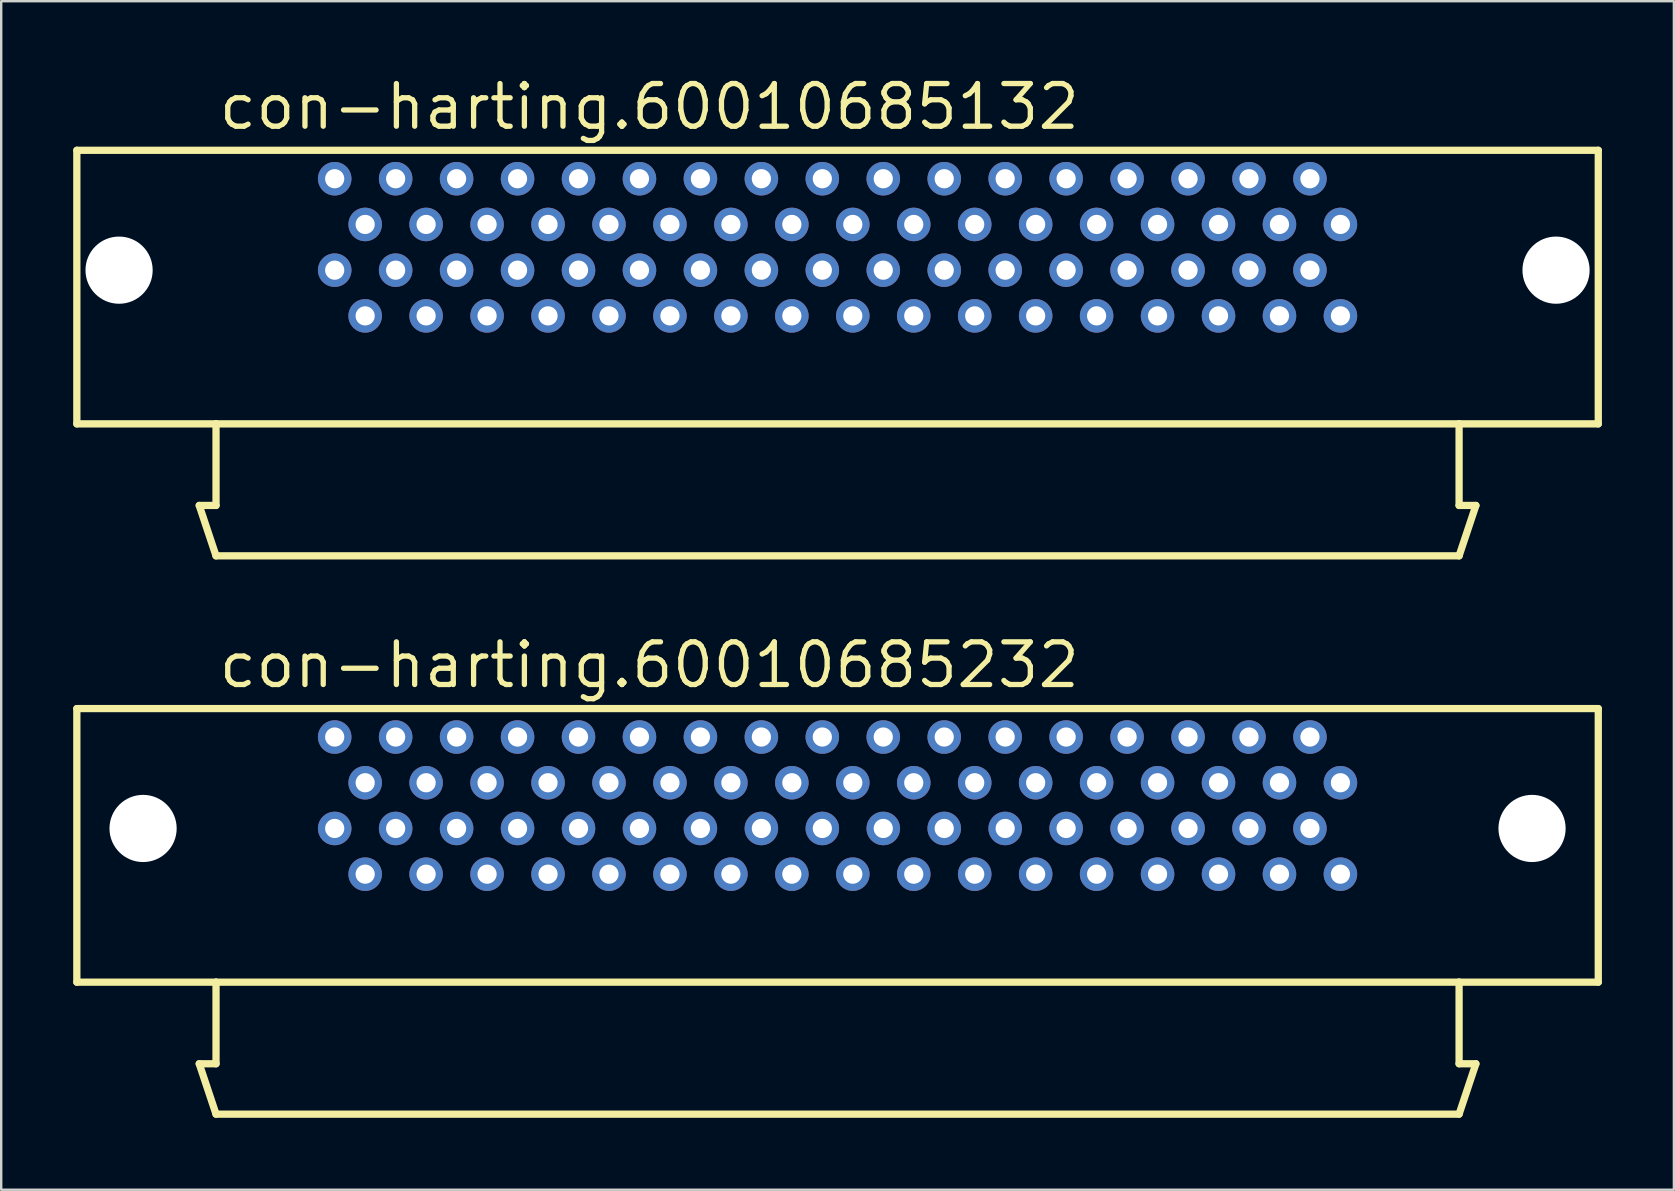
<source format=kicad_pcb>
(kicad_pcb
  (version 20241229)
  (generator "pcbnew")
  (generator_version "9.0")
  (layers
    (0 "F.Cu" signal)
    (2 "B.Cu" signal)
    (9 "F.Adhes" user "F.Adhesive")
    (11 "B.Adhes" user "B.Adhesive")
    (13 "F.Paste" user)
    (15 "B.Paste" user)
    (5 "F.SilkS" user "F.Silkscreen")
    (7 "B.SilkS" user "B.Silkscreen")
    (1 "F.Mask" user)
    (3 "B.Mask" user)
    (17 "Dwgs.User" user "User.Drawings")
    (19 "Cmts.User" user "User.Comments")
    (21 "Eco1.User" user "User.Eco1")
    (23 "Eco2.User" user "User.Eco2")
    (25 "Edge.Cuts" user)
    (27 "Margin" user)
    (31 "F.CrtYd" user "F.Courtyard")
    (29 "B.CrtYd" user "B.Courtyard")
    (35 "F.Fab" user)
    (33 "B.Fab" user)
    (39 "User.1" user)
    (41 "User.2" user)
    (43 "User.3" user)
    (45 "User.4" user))
  (footprint "con-harting.60010685232"
    (layer "F.Cu")
    (at 31.852 33.378)
    (property "Reference" "con-harting.60010685232" (at -25.895 -7.675 0) (layer "F.SilkS") (effects (font (size 1.778 1.778) (thickness 0.22)) (justify left bottom)))
    (attr through_hole)
    (fp_line (start -31.7 -6.9) (end 31.7 -6.9) (stroke (width 0.303) (type default)) (layer "F.SilkS"))
    (fp_line (start -31.7 4.5) (end -31.7 -6.9) (stroke (width 0.303) (type default)) (layer "F.SilkS"))
    (fp_line (start -26.6 7.9) (end -25.9 10) (stroke (width 0.303) (type default)) (layer "F.SilkS"))
    (fp_line (start -25.9 4.5) (end -31.7 4.5) (stroke (width 0.303) (type default)) (layer "F.SilkS"))
    (fp_line (start -25.9 4.5) (end -25.9 7.9) (stroke (width 0.303) (type default)) (layer "F.SilkS"))
    (fp_line (start -25.9 7.9) (end -26.6 7.9) (stroke (width 0.303) (type default)) (layer "F.SilkS"))
    (fp_line (start -25.9 10) (end 25.9 10) (stroke (width 0.303) (type default)) (layer "F.SilkS"))
    (fp_line (start 25.9 4.5) (end -25.9 4.5) (stroke (width 0.303) (type default)) (layer "F.SilkS"))
    (fp_line (start 25.9 7.9) (end 25.9 4.5) (stroke (width 0.303) (type default)) (layer "F.SilkS"))
    (fp_line (start 25.9 10) (end 26.6 7.9) (stroke (width 0.303) (type default)) (layer "F.SilkS"))
    (fp_line (start 26.6 7.9) (end 25.9 7.9) (stroke (width 0.303) (type default)) (layer "F.SilkS"))
    (fp_line (start 31.7 -6.9) (end 31.7 4.5) (stroke (width 0.303) (type default)) (layer "F.SilkS"))
    (fp_line (start 31.7 4.5) (end 25.9 4.5) (stroke (width 0.303) (type default)) (layer "F.SilkS"))
    (pad "" np_thru_hole circle (at -28.94 -1.905) (size 2.8 2.8) (drill 2.8) (layers "*.Cu" "*.Mask"))
    (pad "" np_thru_hole circle (at 28.94 -1.905) (size 2.8 2.8) (drill 2.8) (layers "*.Cu" "*.Mask"))
    (pad "1" thru_hole circle (at -20.955 -5.715) (size 1.397 1.397) (drill 0.8) (layers "*.Cu" "*.Mask"))
    (pad "2" thru_hole circle (at -19.685 -3.81) (size 1.397 1.397) (drill 0.8) (layers "*.Cu" "*.Mask"))
    (pad "3" thru_hole circle (at -18.415 -5.715) (size 1.397 1.397) (drill 0.8) (layers "*.Cu" "*.Mask"))
    (pad "4" thru_hole circle (at -17.145 -3.81) (size 1.397 1.397) (drill 0.8) (layers "*.Cu" "*.Mask"))
    (pad "5" thru_hole circle (at -15.875 -5.715) (size 1.397 1.397) (drill 0.8) (layers "*.Cu" "*.Mask"))
    (pad "6" thru_hole circle (at -14.605 -3.81) (size 1.397 1.397) (drill 0.8) (layers "*.Cu" "*.Mask"))
    (pad "7" thru_hole circle (at -13.335 -5.715) (size 1.397 1.397) (drill 0.8) (layers "*.Cu" "*.Mask"))
    (pad "8" thru_hole circle (at -12.065 -3.81) (size 1.397 1.397) (drill 0.8) (layers "*.Cu" "*.Mask"))
    (pad "9" thru_hole circle (at -10.795 -5.715) (size 1.397 1.397) (drill 0.8) (layers "*.Cu" "*.Mask"))
    (pad "10" thru_hole circle (at -9.525 -3.81) (size 1.397 1.397) (drill 0.8) (layers "*.Cu" "*.Mask"))
    (pad "11" thru_hole circle (at -8.255 -5.715) (size 1.397 1.397) (drill 0.8) (layers "*.Cu" "*.Mask"))
    (pad "12" thru_hole circle (at -6.985 -3.81) (size 1.397 1.397) (drill 0.8) (layers "*.Cu" "*.Mask"))
    (pad "13" thru_hole circle (at -5.715 -5.715) (size 1.397 1.397) (drill 0.8) (layers "*.Cu" "*.Mask"))
    (pad "14" thru_hole circle (at -4.445 -3.81) (size 1.397 1.397) (drill 0.8) (layers "*.Cu" "*.Mask"))
    (pad "15" thru_hole circle (at -3.175 -5.715) (size 1.397 1.397) (drill 0.8) (layers "*.Cu" "*.Mask"))
    (pad "16" thru_hole circle (at -1.905 -3.81) (size 1.397 1.397) (drill 0.8) (layers "*.Cu" "*.Mask"))
    (pad "17" thru_hole circle (at -0.635 -5.715) (size 1.397 1.397) (drill 0.8) (layers "*.Cu" "*.Mask"))
    (pad "18" thru_hole circle (at 0.635 -3.81) (size 1.397 1.397) (drill 0.8) (layers "*.Cu" "*.Mask"))
    (pad "19" thru_hole circle (at 1.905 -5.715) (size 1.397 1.397) (drill 0.8) (layers "*.Cu" "*.Mask"))
    (pad "20" thru_hole circle (at 3.175 -3.81) (size 1.397 1.397) (drill 0.8) (layers "*.Cu" "*.Mask"))
    (pad "21" thru_hole circle (at 4.445 -5.715) (size 1.397 1.397) (drill 0.8) (layers "*.Cu" "*.Mask"))
    (pad "22" thru_hole circle (at 5.715 -3.81) (size 1.397 1.397) (drill 0.8) (layers "*.Cu" "*.Mask"))
    (pad "23" thru_hole circle (at 6.985 -5.715) (size 1.397 1.397) (drill 0.8) (layers "*.Cu" "*.Mask"))
    (pad "24" thru_hole circle (at 8.255 -3.81) (size 1.397 1.397) (drill 0.8) (layers "*.Cu" "*.Mask"))
    (pad "25" thru_hole circle (at 9.525 -5.715) (size 1.397 1.397) (drill 0.8) (layers "*.Cu" "*.Mask"))
    (pad "26" thru_hole circle (at 10.795 -3.81) (size 1.397 1.397) (drill 0.8) (layers "*.Cu" "*.Mask"))
    (pad "27" thru_hole circle (at 12.065 -5.715) (size 1.397 1.397) (drill 0.8) (layers "*.Cu" "*.Mask"))
    (pad "28" thru_hole circle (at 13.335 -3.81) (size 1.397 1.397) (drill 0.8) (layers "*.Cu" "*.Mask"))
    (pad "29" thru_hole circle (at 14.605 -5.715) (size 1.397 1.397) (drill 0.8) (layers "*.Cu" "*.Mask"))
    (pad "30" thru_hole circle (at 15.875 -3.81) (size 1.397 1.397) (drill 0.8) (layers "*.Cu" "*.Mask"))
    (pad "31" thru_hole circle (at 17.145 -5.715) (size 1.397 1.397) (drill 0.8) (layers "*.Cu" "*.Mask"))
    (pad "32" thru_hole circle (at 18.415 -3.81) (size 1.397 1.397) (drill 0.8) (layers "*.Cu" "*.Mask"))
    (pad "33" thru_hole circle (at 19.685 -5.715) (size 1.397 1.397) (drill 0.8) (layers "*.Cu" "*.Mask"))
    (pad "34" thru_hole circle (at 20.955 -3.81) (size 1.397 1.397) (drill 0.8) (layers "*.Cu" "*.Mask"))
    (pad "35" thru_hole circle (at -20.955 -1.905) (size 1.397 1.397) (drill 0.8) (layers "*.Cu" "*.Mask"))
    (pad "36" thru_hole circle (at -18.415 -1.905) (size 1.397 1.397) (drill 0.8) (layers "*.Cu" "*.Mask"))
    (pad "37" thru_hole circle (at -15.875 -1.905) (size 1.397 1.397) (drill 0.8) (layers "*.Cu" "*.Mask"))
    (pad "38" thru_hole circle (at -13.335 -1.905) (size 1.397 1.397) (drill 0.8) (layers "*.Cu" "*.Mask"))
    (pad "39" thru_hole circle (at -10.795 -1.905) (size 1.397 1.397) (drill 0.8) (layers "*.Cu" "*.Mask"))
    (pad "40" thru_hole circle (at -8.255 -1.905) (size 1.397 1.397) (drill 0.8) (layers "*.Cu" "*.Mask"))
    (pad "41" thru_hole circle (at -5.715 -1.905) (size 1.397 1.397) (drill 0.8) (layers "*.Cu" "*.Mask"))
    (pad "42" thru_hole circle (at -3.175 -1.905) (size 1.397 1.397) (drill 0.8) (layers "*.Cu" "*.Mask"))
    (pad "43" thru_hole circle (at -0.635 -1.905) (size 1.397 1.397) (drill 0.8) (layers "*.Cu" "*.Mask"))
    (pad "44" thru_hole circle (at 1.905 -1.905) (size 1.397 1.397) (drill 0.8) (layers "*.Cu" "*.Mask"))
    (pad "45" thru_hole circle (at 4.445 -1.905) (size 1.397 1.397) (drill 0.8) (layers "*.Cu" "*.Mask"))
    (pad "46" thru_hole circle (at 6.985 -1.905) (size 1.397 1.397) (drill 0.8) (layers "*.Cu" "*.Mask"))
    (pad "47" thru_hole circle (at 9.525 -1.905) (size 1.397 1.397) (drill 0.8) (layers "*.Cu" "*.Mask"))
    (pad "48" thru_hole circle (at 12.065 -1.905) (size 1.397 1.397) (drill 0.8) (layers "*.Cu" "*.Mask"))
    (pad "49" thru_hole circle (at 14.605 -1.905) (size 1.397 1.397) (drill 0.8) (layers "*.Cu" "*.Mask"))
    (pad "50" thru_hole circle (at 17.145 -1.905) (size 1.397 1.397) (drill 0.8) (layers "*.Cu" "*.Mask"))
    (pad "51" thru_hole circle (at 19.685 -1.905) (size 1.397 1.397) (drill 0.8) (layers "*.Cu" "*.Mask"))
    (pad "52" thru_hole circle (at -19.685 0) (size 1.397 1.397) (drill 0.8) (layers "*.Cu" "*.Mask"))
    (pad "53" thru_hole circle (at -17.145 0) (size 1.397 1.397) (drill 0.8) (layers "*.Cu" "*.Mask"))
    (pad "54" thru_hole circle (at -14.605 0) (size 1.397 1.397) (drill 0.8) (layers "*.Cu" "*.Mask"))
    (pad "55" thru_hole circle (at -12.065 0) (size 1.397 1.397) (drill 0.8) (layers "*.Cu" "*.Mask"))
    (pad "56" thru_hole circle (at -9.525 0) (size 1.397 1.397) (drill 0.8) (layers "*.Cu" "*.Mask"))
    (pad "57" thru_hole circle (at -6.985 0) (size 1.397 1.397) (drill 0.8) (layers "*.Cu" "*.Mask"))
    (pad "58" thru_hole circle (at -4.445 0) (size 1.397 1.397) (drill 0.8) (layers "*.Cu" "*.Mask"))
    (pad "59" thru_hole circle (at -1.905 0) (size 1.397 1.397) (drill 0.8) (layers "*.Cu" "*.Mask"))
    (pad "60" thru_hole circle (at 0.635 0) (size 1.397 1.397) (drill 0.8) (layers "*.Cu" "*.Mask"))
    (pad "61" thru_hole circle (at 3.175 0) (size 1.397 1.397) (drill 0.8) (layers "*.Cu" "*.Mask"))
    (pad "62" thru_hole circle (at 5.715 0) (size 1.397 1.397) (drill 0.8) (layers "*.Cu" "*.Mask"))
    (pad "63" thru_hole circle (at 8.255 0) (size 1.397 1.397) (drill 0.8) (layers "*.Cu" "*.Mask"))
    (pad "64" thru_hole circle (at 10.795 0) (size 1.397 1.397) (drill 0.8) (layers "*.Cu" "*.Mask"))
    (pad "65" thru_hole circle (at 13.335 0) (size 1.397 1.397) (drill 0.8) (layers "*.Cu" "*.Mask"))
    (pad "66" thru_hole circle (at 15.875 0) (size 1.397 1.397) (drill 0.8) (layers "*.Cu" "*.Mask"))
    (pad "67" thru_hole circle (at 18.415 0) (size 1.397 1.397) (drill 0.8) (layers "*.Cu" "*.Mask"))
    (pad "68" thru_hole circle (at 20.955 0) (size 1.397 1.397) (drill 0.8) (layers "*.Cu" "*.Mask")))
  (footprint "con-harting.60010685132"
    (layer "F.Cu")
    (at 31.852 10.113)
    (property "Reference" "con-harting.60010685132" (at -25.895 -7.675 0) (layer "F.SilkS") (effects (font (size 1.778 1.778) (thickness 0.22)) (justify left bottom)))
    (attr through_hole)
    (fp_line (start -31.7 -6.9) (end 31.7 -6.9) (stroke (width 0.303) (type default)) (layer "F.SilkS"))
    (fp_line (start -31.7 4.5) (end -31.7 -6.9) (stroke (width 0.303) (type default)) (layer "F.SilkS"))
    (fp_line (start -26.6 7.9) (end -25.9 10) (stroke (width 0.303) (type default)) (layer "F.SilkS"))
    (fp_line (start -25.9 4.5) (end -31.7 4.5) (stroke (width 0.303) (type default)) (layer "F.SilkS"))
    (fp_line (start -25.9 4.5) (end -25.9 7.9) (stroke (width 0.303) (type default)) (layer "F.SilkS"))
    (fp_line (start -25.9 7.9) (end -26.6 7.9) (stroke (width 0.303) (type default)) (layer "F.SilkS"))
    (fp_line (start -25.9 10) (end 25.9 10) (stroke (width 0.303) (type default)) (layer "F.SilkS"))
    (fp_line (start 25.9 4.5) (end -25.9 4.5) (stroke (width 0.303) (type default)) (layer "F.SilkS"))
    (fp_line (start 25.9 7.9) (end 25.9 4.5) (stroke (width 0.303) (type default)) (layer "F.SilkS"))
    (fp_line (start 25.9 10) (end 26.6 7.9) (stroke (width 0.303) (type default)) (layer "F.SilkS"))
    (fp_line (start 26.6 7.9) (end 25.9 7.9) (stroke (width 0.303) (type default)) (layer "F.SilkS"))
    (fp_line (start 31.7 -6.9) (end 31.7 4.5) (stroke (width 0.303) (type default)) (layer "F.SilkS"))
    (fp_line (start 31.7 4.5) (end 25.9 4.5) (stroke (width 0.303) (type default)) (layer "F.SilkS"))
    (pad "" np_thru_hole circle (at -29.94 -1.905) (size 2.8 2.8) (drill 2.8) (layers "*.Cu" "*.Mask"))
    (pad "" np_thru_hole circle (at 29.94 -1.905) (size 2.8 2.8) (drill 2.8) (layers "*.Cu" "*.Mask"))
    (pad "1" thru_hole circle (at 20.955 -3.81 180) (size 1.397 1.397) (drill 0.8) (layers "*.Cu" "*.Mask"))
    (pad "2" thru_hole circle (at 19.685 -5.715 180) (size 1.397 1.397) (drill 0.8) (layers "*.Cu" "*.Mask"))
    (pad "3" thru_hole circle (at 18.415 -3.81 180) (size 1.397 1.397) (drill 0.8) (layers "*.Cu" "*.Mask"))
    (pad "4" thru_hole circle (at 17.145 -5.715 180) (size 1.397 1.397) (drill 0.8) (layers "*.Cu" "*.Mask"))
    (pad "5" thru_hole circle (at 15.875 -3.81 180) (size 1.397 1.397) (drill 0.8) (layers "*.Cu" "*.Mask"))
    (pad "6" thru_hole circle (at 14.605 -5.715 180) (size 1.397 1.397) (drill 0.8) (layers "*.Cu" "*.Mask"))
    (pad "7" thru_hole circle (at 13.335 -3.81 180) (size 1.397 1.397) (drill 0.8) (layers "*.Cu" "*.Mask"))
    (pad "8" thru_hole circle (at 12.065 -5.715 180) (size 1.397 1.397) (drill 0.8) (layers "*.Cu" "*.Mask"))
    (pad "9" thru_hole circle (at 10.795 -3.81 180) (size 1.397 1.397) (drill 0.8) (layers "*.Cu" "*.Mask"))
    (pad "10" thru_hole circle (at 9.525 -5.715 180) (size 1.397 1.397) (drill 0.8) (layers "*.Cu" "*.Mask"))
    (pad "11" thru_hole circle (at 8.255 -3.81 180) (size 1.397 1.397) (drill 0.8) (layers "*.Cu" "*.Mask"))
    (pad "12" thru_hole circle (at 6.985 -5.715 180) (size 1.397 1.397) (drill 0.8) (layers "*.Cu" "*.Mask"))
    (pad "13" thru_hole circle (at 5.715 -3.81 180) (size 1.397 1.397) (drill 0.8) (layers "*.Cu" "*.Mask"))
    (pad "14" thru_hole circle (at 4.445 -5.715 180) (size 1.397 1.397) (drill 0.8) (layers "*.Cu" "*.Mask"))
    (pad "15" thru_hole circle (at 3.175 -3.81 180) (size 1.397 1.397) (drill 0.8) (layers "*.Cu" "*.Mask"))
    (pad "16" thru_hole circle (at 1.905 -5.715 180) (size 1.397 1.397) (drill 0.8) (layers "*.Cu" "*.Mask"))
    (pad "17" thru_hole circle (at 0.635 -3.81 180) (size 1.397 1.397) (drill 0.8) (layers "*.Cu" "*.Mask"))
    (pad "18" thru_hole circle (at -0.635 -5.715 180) (size 1.397 1.397) (drill 0.8) (layers "*.Cu" "*.Mask"))
    (pad "19" thru_hole circle (at -1.905 -3.81 180) (size 1.397 1.397) (drill 0.8) (layers "*.Cu" "*.Mask"))
    (pad "20" thru_hole circle (at -3.175 -5.715 180) (size 1.397 1.397) (drill 0.8) (layers "*.Cu" "*.Mask"))
    (pad "21" thru_hole circle (at -4.445 -3.81 180) (size 1.397 1.397) (drill 0.8) (layers "*.Cu" "*.Mask"))
    (pad "22" thru_hole circle (at -5.715 -5.715 180) (size 1.397 1.397) (drill 0.8) (layers "*.Cu" "*.Mask"))
    (pad "23" thru_hole circle (at -6.985 -3.81 180) (size 1.397 1.397) (drill 0.8) (layers "*.Cu" "*.Mask"))
    (pad "24" thru_hole circle (at -8.255 -5.715 180) (size 1.397 1.397) (drill 0.8) (layers "*.Cu" "*.Mask"))
    (pad "25" thru_hole circle (at -9.525 -3.81 180) (size 1.397 1.397) (drill 0.8) (layers "*.Cu" "*.Mask"))
    (pad "26" thru_hole circle (at -10.795 -5.715 180) (size 1.397 1.397) (drill 0.8) (layers "*.Cu" "*.Mask"))
    (pad "27" thru_hole circle (at -12.065 -3.81 180) (size 1.397 1.397) (drill 0.8) (layers "*.Cu" "*.Mask"))
    (pad "28" thru_hole circle (at -13.335 -5.715 180) (size 1.397 1.397) (drill 0.8) (layers "*.Cu" "*.Mask"))
    (pad "29" thru_hole circle (at -14.605 -3.81 180) (size 1.397 1.397) (drill 0.8) (layers "*.Cu" "*.Mask"))
    (pad "30" thru_hole circle (at -15.875 -5.715 180) (size 1.397 1.397) (drill 0.8) (layers "*.Cu" "*.Mask"))
    (pad "31" thru_hole circle (at -17.145 -3.81 180) (size 1.397 1.397) (drill 0.8) (layers "*.Cu" "*.Mask"))
    (pad "32" thru_hole circle (at -18.415 -5.715 180) (size 1.397 1.397) (drill 0.8) (layers "*.Cu" "*.Mask"))
    (pad "33" thru_hole circle (at -19.685 -3.81 180) (size 1.397 1.397) (drill 0.8) (layers "*.Cu" "*.Mask"))
    (pad "34" thru_hole circle (at -20.955 -5.715 180) (size 1.397 1.397) (drill 0.8) (layers "*.Cu" "*.Mask"))
    (pad "35" thru_hole circle (at 20.955 0 180) (size 1.397 1.397) (drill 0.8) (layers "*.Cu" "*.Mask"))
    (pad "36" thru_hole circle (at 18.415 0 180) (size 1.397 1.397) (drill 0.8) (layers "*.Cu" "*.Mask"))
    (pad "37" thru_hole circle (at 15.875 0 180) (size 1.397 1.397) (drill 0.8) (layers "*.Cu" "*.Mask"))
    (pad "38" thru_hole circle (at 13.335 0 180) (size 1.397 1.397) (drill 0.8) (layers "*.Cu" "*.Mask"))
    (pad "39" thru_hole circle (at 10.795 0 180) (size 1.397 1.397) (drill 0.8) (layers "*.Cu" "*.Mask"))
    (pad "40" thru_hole circle (at 8.255 0 180) (size 1.397 1.397) (drill 0.8) (layers "*.Cu" "*.Mask"))
    (pad "41" thru_hole circle (at 5.715 0 180) (size 1.397 1.397) (drill 0.8) (layers "*.Cu" "*.Mask"))
    (pad "42" thru_hole circle (at 3.175 0 180) (size 1.397 1.397) (drill 0.8) (layers "*.Cu" "*.Mask"))
    (pad "43" thru_hole circle (at 0.635 0 180) (size 1.397 1.397) (drill 0.8) (layers "*.Cu" "*.Mask"))
    (pad "44" thru_hole circle (at -1.905 0 180) (size 1.397 1.397) (drill 0.8) (layers "*.Cu" "*.Mask"))
    (pad "45" thru_hole circle (at -4.445 0 180) (size 1.397 1.397) (drill 0.8) (layers "*.Cu" "*.Mask"))
    (pad "46" thru_hole circle (at -6.985 0 180) (size 1.397 1.397) (drill 0.8) (layers "*.Cu" "*.Mask"))
    (pad "47" thru_hole circle (at -9.525 0 180) (size 1.397 1.397) (drill 0.8) (layers "*.Cu" "*.Mask"))
    (pad "48" thru_hole circle (at -12.065 0 180) (size 1.397 1.397) (drill 0.8) (layers "*.Cu" "*.Mask"))
    (pad "49" thru_hole circle (at -14.605 0 180) (size 1.397 1.397) (drill 0.8) (layers "*.Cu" "*.Mask"))
    (pad "50" thru_hole circle (at -17.145 0 180) (size 1.397 1.397) (drill 0.8) (layers "*.Cu" "*.Mask"))
    (pad "51" thru_hole circle (at -19.685 0 180) (size 1.397 1.397) (drill 0.8) (layers "*.Cu" "*.Mask"))
    (pad "52" thru_hole circle (at 19.685 -1.905 180) (size 1.397 1.397) (drill 0.8) (layers "*.Cu" "*.Mask"))
    (pad "53" thru_hole circle (at 17.145 -1.905 180) (size 1.397 1.397) (drill 0.8) (layers "*.Cu" "*.Mask"))
    (pad "54" thru_hole circle (at 14.605 -1.905 180) (size 1.397 1.397) (drill 0.8) (layers "*.Cu" "*.Mask"))
    (pad "55" thru_hole circle (at 12.065 -1.905 180) (size 1.397 1.397) (drill 0.8) (layers "*.Cu" "*.Mask"))
    (pad "56" thru_hole circle (at 9.525 -1.905 180) (size 1.397 1.397) (drill 0.8) (layers "*.Cu" "*.Mask"))
    (pad "57" thru_hole circle (at 6.985 -1.905 180) (size 1.397 1.397) (drill 0.8) (layers "*.Cu" "*.Mask"))
    (pad "58" thru_hole circle (at 4.445 -1.905 180) (size 1.397 1.397) (drill 0.8) (layers "*.Cu" "*.Mask"))
    (pad "59" thru_hole circle (at 1.905 -1.905 180) (size 1.397 1.397) (drill 0.8) (layers "*.Cu" "*.Mask"))
    (pad "60" thru_hole circle (at -0.635 -1.905 180) (size 1.397 1.397) (drill 0.8) (layers "*.Cu" "*.Mask"))
    (pad "61" thru_hole circle (at -3.175 -1.905 180) (size 1.397 1.397) (drill 0.8) (layers "*.Cu" "*.Mask"))
    (pad "62" thru_hole circle (at -5.715 -1.905 180) (size 1.397 1.397) (drill 0.8) (layers "*.Cu" "*.Mask"))
    (pad "63" thru_hole circle (at -8.255 -1.905 180) (size 1.397 1.397) (drill 0.8) (layers "*.Cu" "*.Mask"))
    (pad "64" thru_hole circle (at -10.795 -1.905 180) (size 1.397 1.397) (drill 0.8) (layers "*.Cu" "*.Mask"))
    (pad "65" thru_hole circle (at -13.335 -1.905 180) (size 1.397 1.397) (drill 0.8) (layers "*.Cu" "*.Mask"))
    (pad "66" thru_hole circle (at -15.875 -1.905 180) (size 1.397 1.397) (drill 0.8) (layers "*.Cu" "*.Mask"))
    (pad "67" thru_hole circle (at -18.415 -1.905 180) (size 1.397 1.397) (drill 0.8) (layers "*.Cu" "*.Mask"))
    (pad "68" thru_hole circle (at -20.955 -1.905 180) (size 1.397 1.397) (drill 0.8) (layers "*.Cu" "*.Mask")))
  (gr_rect
    (start -3 -3)
    (end 66.703 46.529)
    (stroke (width 0.1) (type default))
    (fill no)
    (layer "Edge.Cuts")))
</source>
